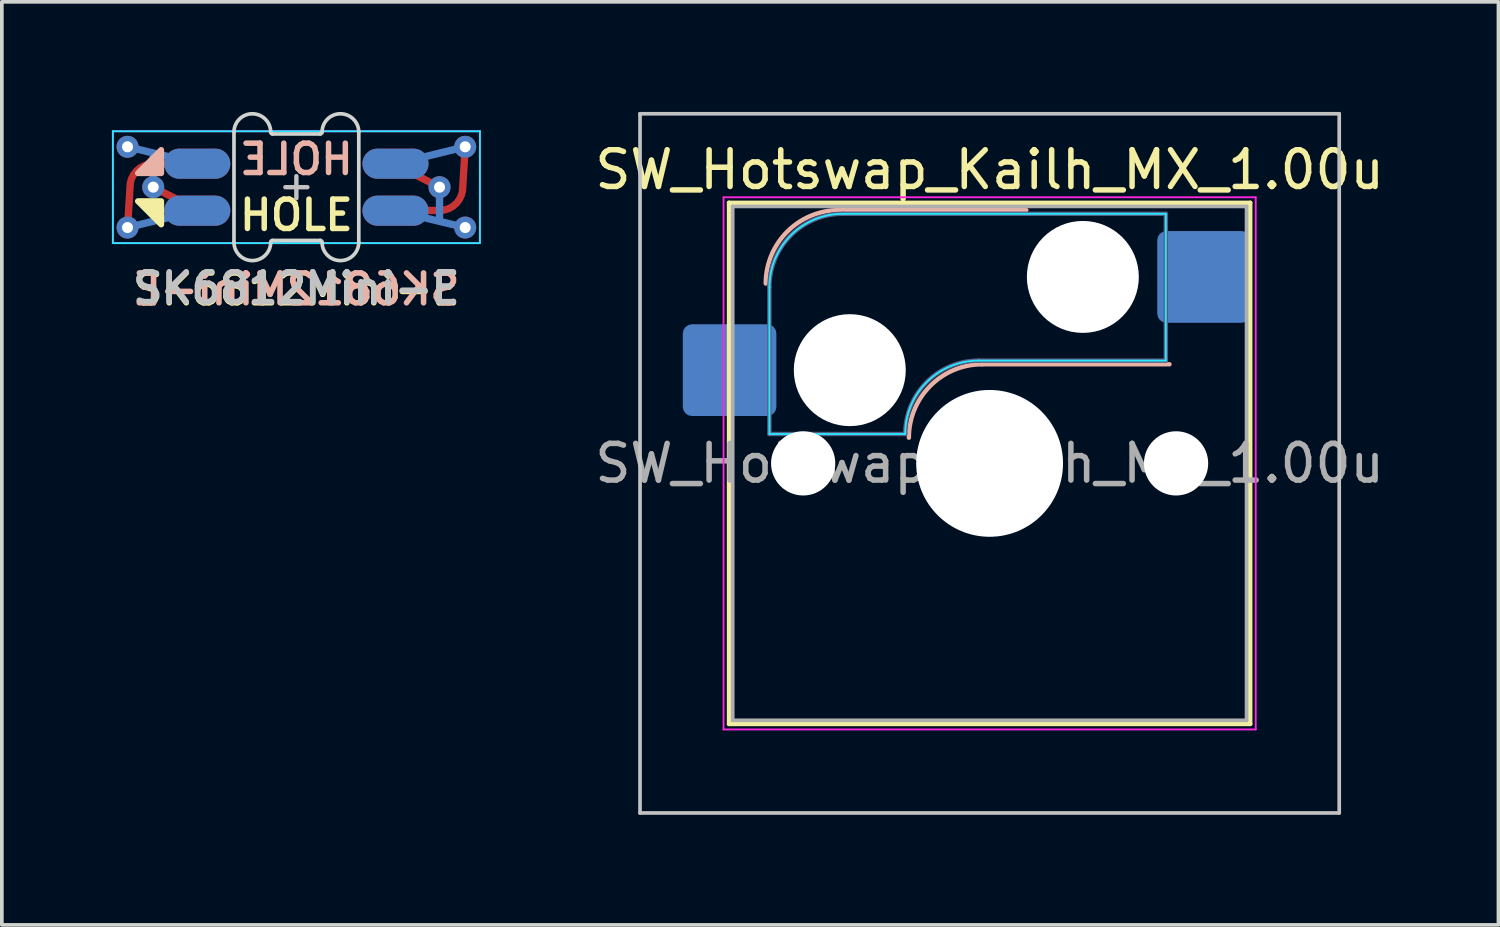
<source format=kicad_pcb>
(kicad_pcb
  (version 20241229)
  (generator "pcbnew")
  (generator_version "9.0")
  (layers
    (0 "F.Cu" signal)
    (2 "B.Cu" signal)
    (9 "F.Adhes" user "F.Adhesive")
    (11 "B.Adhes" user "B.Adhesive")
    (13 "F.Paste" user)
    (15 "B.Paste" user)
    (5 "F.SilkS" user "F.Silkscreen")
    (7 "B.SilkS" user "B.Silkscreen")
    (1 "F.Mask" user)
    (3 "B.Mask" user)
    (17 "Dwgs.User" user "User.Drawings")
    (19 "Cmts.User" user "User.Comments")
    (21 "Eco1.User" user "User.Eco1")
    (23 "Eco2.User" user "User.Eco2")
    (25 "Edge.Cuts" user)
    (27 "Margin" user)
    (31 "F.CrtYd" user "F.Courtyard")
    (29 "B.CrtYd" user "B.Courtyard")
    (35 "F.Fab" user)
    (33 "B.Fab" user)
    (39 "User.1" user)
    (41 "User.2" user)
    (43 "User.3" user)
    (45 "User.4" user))
  (footprint "SK6812Mini-E"
    (layer "F.Cu")
    (at 5.025 2.05)
    (property "Reference" "SK6812Mini-E" (at 0 2.75 0) (layer "Dwgs.User") (effects (font (size 0.813 0.813) (thickness 0.152))))
    (attr through_hole)
    (fp_poly (pts (xy -4.318 0.381) (xy -3.683 0.381) (xy -3.683 1.016)) (stroke (width 0.16) (type solid)) (fill yes) (layer "F.SilkS"))
    (fp_poly (pts (xy -3.683 -1.016) (xy -3.683 -0.381) (xy -4.318 -0.381)) (stroke (width 0.16) (type solid)) (fill yes) (layer "B.SilkS"))
    (fp_line (start -0.3 0) (end 0.3 0) (stroke (width 0.12) (type solid)) (layer "Dwgs.User"))
    (fp_line (start 0 0.3) (end 0 -0.3) (stroke (width 0.12) (type solid)) (layer "Dwgs.User"))
    (fp_line (start -1.7 -1.5) (end -1.7 1.5) (stroke (width 0.1) (type solid)) (layer "Edge.Cuts"))
    (fp_line (start -0.65 -1.45) (end 0.65 -1.45) (stroke (width 0.1) (type solid)) (layer "Edge.Cuts"))
    (fp_line (start -0.65 1.45) (end 0.65 1.45) (stroke (width 0.1) (type solid)) (layer "Edge.Cuts"))
    (fp_line (start 1.7 1.5) (end 1.7 -1.5) (stroke (width 0.1) (type solid)) (layer "Edge.Cuts"))
    (fp_arc (start -1.7 -1.5) (mid -1.2 -2) (end -0.7 -1.5) (stroke (width 0.1) (type solid)) (layer "Edge.Cuts"))
    (fp_arc (start -0.7 1.5) (mid -1.2 2) (end -1.7 1.5) (stroke (width 0.1) (type solid)) (layer "Edge.Cuts"))
    (fp_arc (start -0.7 1.5) (mid -0.685355 1.464645) (end -0.65 1.45) (stroke (width 0.1) (type solid)) (layer "Edge.Cuts"))
    (fp_arc (start -0.65 -1.45) (mid -0.685355 -1.464645) (end -0.7 -1.5) (stroke (width 0.1) (type solid)) (layer "Edge.Cuts"))
    (fp_arc (start 0.65 1.45) (mid 0.685355 1.464645) (end 0.7 1.5) (stroke (width 0.1) (type solid)) (layer "Edge.Cuts"))
    (fp_arc (start 0.7 -1.5) (mid 0.685355 -1.464645) (end 0.65 -1.45) (stroke (width 0.1) (type solid)) (layer "Edge.Cuts"))
    (fp_arc (start 0.7 -1.5) (mid 1.2 -2) (end 1.7 -1.5) (stroke (width 0.1) (type solid)) (layer "Edge.Cuts"))
    (fp_arc (start 1.7 1.5) (mid 1.2 2) (end 0.7 1.5) (stroke (width 0.1) (type solid)) (layer "Edge.Cuts"))
    (fp_line (start -5 -1.524) (end 5 -1.524) (stroke (width 0.05) (type solid)) (layer "B.CrtYd"))
    (fp_line (start -5 1.524) (end -5 -1.524) (stroke (width 0.05) (type solid)) (layer "B.CrtYd"))
    (fp_line (start 5 -1.524) (end 5 1.524) (stroke (width 0.05) (type solid)) (layer "B.CrtYd"))
    (fp_line (start 5 1.524) (end -5 1.524) (stroke (width 0.05) (type solid)) (layer "B.CrtYd"))
    (fp_line (start -5 -1.524) (end -5 1.524) (stroke (width 0.05) (type solid)) (layer "F.CrtYd"))
    (fp_line (start -5 -1.524) (end 5 -1.524) (stroke (width 0.05) (type solid)) (layer "F.CrtYd"))
    (fp_line (start 5 -1.524) (end 5 1.524) (stroke (width 0.05) (type solid)) (layer "F.CrtYd"))
    (fp_line (start 5 1.524) (end -5 1.524) (stroke (width 0.05) (type solid)) (layer "F.CrtYd"))
    (fp_text user "HOLE" (at 0 0.762 0) (layer "F.SilkS") (effects (font (size 0.8 0.8) (thickness 0.15))))
    (fp_text user "${REFERENCE}" (at 0 2.781 0) (layer "F.SilkS") (effects (font (size 0.813 0.813) (thickness 0.152))))
    (fp_text user "${REFERENCE}" (at 0 2.781 0) (layer "B.SilkS") (effects (font (size 0.813 0.813) (thickness 0.152)) (justify mirror)))
    (fp_text user "HOLE" (at 0 -0.762 0) (layer "B.SilkS") (effects (font (size 0.8 0.8) (thickness 0.15)) (justify mirror)))
    (pad "1" smd custom (at 2.7 -0.64 180) (size 0.01 0.01) (layers "F.Cu") (options (anchor circle)) (primitives (gr_line (start -1.2 -0.64) (end 0.033 -0.005) (width 0.2))))
    (pad "1" smd oval (at 2.7 -0.64) (size 1.8 0.82) (layers "F.Cu" "F.Mask" "F.Paste"))
    (pad "1" smd custom (at 2.7 0.64 180) (size 0.01 0.01) (layers "B.Cu") (options (anchor circle)) (primitives (gr_line (start 0.033 0.005) (end -1.9 -0.46) (width 0.2)) (gr_line (start -1.2 0.64) (end -1.2 -0.26) (width 0.2))))
    (pad "1" smd oval (at 2.7 0.64) (size 1.8 0.82) (layers "B.Cu" "B.Mask" "B.Paste"))
    (pad "1" thru_hole circle (at 3.9 0 180) (size 0.6 0.6) (drill 0.3) (layers "*.Cu"))
    (pad "1" thru_hole circle (at 4.6 1.1 180) (size 0.6 0.6) (drill 0.3) (layers "*.Cu"))
    (pad "2" smd custom (at 2.7 -0.64 180) (size 0.01 0.01) (layers "B.Cu") (options (anchor circle)) (primitives (gr_line (start -1.9 0.46) (end 0 -0.005) (width 0.2))))
    (pad "2" smd oval (at 2.7 -0.64) (size 1.8 0.82) (layers "B.Cu" "B.Mask" "B.Paste"))
    (pad "2" smd custom (at 2.7 0.64 180) (size 0.01 0.01) (layers "F.Cu") (options (anchor circle)) (primitives (gr_arc (start -1.826182 0.540664) (mid -1.611399 0.157142) (end -1.199 0.005) (width 0.2)) (gr_line (start -1.826 0.541) (end -1.9 1.74) (width 0.2)) (gr_line (start -1.199 0.005) (end 0 0.005) (width 0.2))))
    (pad "2" smd oval (at 2.7 0.64) (size 1.8 0.82) (layers "F.Cu" "F.Mask" "F.Paste"))
    (pad "2" thru_hole circle (at 4.6 -1.1 180) (size 0.6 0.6) (drill 0.3) (layers "*.Cu"))
    (pad "3" thru_hole circle (at -4.6 -1.1) (size 0.6 0.6) (drill 0.3) (layers "*.Cu"))
    (pad "3" thru_hole circle (at -3.9 0) (size 0.6 0.6) (drill 0.3) (layers "*.Cu"))
    (pad "3" smd custom (at -2.7 -0.64) (size 0.01 0.01) (layers "B.Cu") (options (anchor circle)) (primitives (gr_line (start 0.033 0.005) (end -1.9 -0.46) (width 0.2)) (gr_line (start -1.2 0.64) (end -1.2 -0.26) (width 0.2))))
    (pad "3" smd oval (at -2.7 -0.64) (size 1.8 0.82) (layers "B.Cu" "B.Mask" "B.Paste"))
    (pad "3" smd custom (at -2.7 0.64) (size 0.01 0.01) (layers "F.Cu") (options (anchor circle)) (primitives (gr_line (start -1.2 -0.64) (end 0.033 -0.005) (width 0.2))))
    (pad "3" smd oval (at -2.7 0.64) (size 1.8 0.82) (layers "F.Cu" "F.Mask" "F.Paste"))
    (pad "4" thru_hole circle (at -4.6 1.1) (size 0.6 0.6) (drill 0.3) (layers "*.Cu"))
    (pad "4" smd custom (at -2.7 -0.64) (size 0.01 0.01) (layers "F.Cu") (options (anchor circle)) (primitives (gr_arc (start -1.826182 0.540664) (mid -1.611399 0.157142) (end -1.199 0.005) (width 0.2)) (gr_line (start -1.826 0.541) (end -1.9 1.74) (width 0.2)) (gr_line (start -1.199 0.005) (end 0 0.005) (width 0.2))))
    (pad "4" smd oval (at -2.7 -0.64) (size 1.8 0.82) (layers "F.Cu" "F.Mask" "F.Paste"))
    (pad "4" smd custom (at -2.7 0.64) (size 0.01 0.01) (layers "B.Cu") (options (anchor circle)) (primitives (gr_line (start -1.9 0.46) (end 0 -0.005) (width 0.2))))
    (pad "4" smd oval (at -2.7 0.64) (size 1.8 0.82) (layers "B.Cu" "B.Mask" "B.Paste")))
  (footprint "SW_Hotswap_Kailh_MX_1.00u"
    (layer "F.Cu")
    (at 23.913 9.575)
    (property "Reference" "SW_Hotswap_Kailh_MX_1.00u" (at 0 -8 0) (layer "F.SilkS") (effects (font (size 1 1) (thickness 0.15))))
    (attr smd)
    (fp_line (start -7.1 -7.1) (end -7.1 7.1) (stroke (width 0.12) (type solid)) (layer "F.SilkS"))
    (fp_line (start -7.1 7.1) (end 7.1 7.1) (stroke (width 0.12) (type solid)) (layer "F.SilkS"))
    (fp_line (start 7.1 -7.1) (end -7.1 -7.1) (stroke (width 0.12) (type solid)) (layer "F.SilkS"))
    (fp_line (start 7.1 7.1) (end 7.1 -7.1) (stroke (width 0.12) (type solid)) (layer "F.SilkS"))
    (fp_line (start -4.1 -6.9) (end 1 -6.9) (stroke (width 0.12) (type solid)) (layer "B.SilkS"))
    (fp_line (start -0.2 -2.7) (end 4.9 -2.7) (stroke (width 0.12) (type solid)) (layer "B.SilkS"))
    (fp_arc (start -6.1 -4.9) (mid -5.514214 -6.314214) (end -4.1 -6.9) (stroke (width 0.12) (type solid)) (layer "B.SilkS"))
    (fp_arc (start -2.2 -0.7) (mid -1.614214 -2.114214) (end -0.2 -2.7) (stroke (width 0.12) (type solid)) (layer "B.SilkS"))
    (fp_line (start -9.525 -9.525) (end -9.525 9.525) (stroke (width 0.1) (type solid)) (layer "Dwgs.User"))
    (fp_line (start -9.525 9.525) (end 9.525 9.525) (stroke (width 0.1) (type solid)) (layer "Dwgs.User"))
    (fp_line (start 9.525 -9.525) (end -9.525 -9.525) (stroke (width 0.1) (type solid)) (layer "Dwgs.User"))
    (fp_line (start 9.525 9.525) (end 9.525 -9.525) (stroke (width 0.1) (type solid)) (layer "Dwgs.User"))
    (fp_line (start -7.8 -6) (end -7 -6) (stroke (width 0.1) (type solid)) (layer "Eco1.User"))
    (fp_line (start -7.8 -2.9) (end -7.8 -6) (stroke (width 0.1) (type solid)) (layer "Eco1.User"))
    (fp_line (start -7.8 2.9) (end -7 2.9) (stroke (width 0.1) (type solid)) (layer "Eco1.User"))
    (fp_line (start -7.8 6) (end -7.8 2.9) (stroke (width 0.1) (type solid)) (layer "Eco1.User"))
    (fp_line (start -7 -7) (end 7 -7) (stroke (width 0.1) (type solid)) (layer "Eco1.User"))
    (fp_line (start -7 -6) (end -7 -7) (stroke (width 0.1) (type solid)) (layer "Eco1.User"))
    (fp_line (start -7 -2.9) (end -7.8 -2.9) (stroke (width 0.1) (type solid)) (layer "Eco1.User"))
    (fp_line (start -7 2.9) (end -7 -2.9) (stroke (width 0.1) (type solid)) (layer "Eco1.User"))
    (fp_line (start -7 6) (end -7.8 6) (stroke (width 0.1) (type solid)) (layer "Eco1.User"))
    (fp_line (start -7 7) (end -7 6) (stroke (width 0.1) (type solid)) (layer "Eco1.User"))
    (fp_line (start 7 -7) (end 7 -6) (stroke (width 0.1) (type solid)) (layer "Eco1.User"))
    (fp_line (start 7 -6) (end 7.8 -6) (stroke (width 0.1) (type solid)) (layer "Eco1.User"))
    (fp_line (start 7 -2.9) (end 7 2.9) (stroke (width 0.1) (type solid)) (layer "Eco1.User"))
    (fp_line (start 7 2.9) (end 7.8 2.9) (stroke (width 0.1) (type solid)) (layer "Eco1.User"))
    (fp_line (start 7 6) (end 7 7) (stroke (width 0.1) (type solid)) (layer "Eco1.User"))
    (fp_line (start 7 7) (end -7 7) (stroke (width 0.1) (type solid)) (layer "Eco1.User"))
    (fp_line (start 7.8 -6) (end 7.8 -2.9) (stroke (width 0.1) (type solid)) (layer "Eco1.User"))
    (fp_line (start 7.8 -2.9) (end 7 -2.9) (stroke (width 0.1) (type solid)) (layer "Eco1.User"))
    (fp_line (start 7.8 2.9) (end 7.8 6) (stroke (width 0.1) (type solid)) (layer "Eco1.User"))
    (fp_line (start 7.8 6) (end 7 6) (stroke (width 0.1) (type solid)) (layer "Eco1.User"))
    (fp_line (start -6 -0.8) (end -6 -4.8) (stroke (width 0.05) (type solid)) (layer "B.CrtYd"))
    (fp_line (start -6 -0.8) (end -2.3 -0.8) (stroke (width 0.05) (type solid)) (layer "B.CrtYd"))
    (fp_line (start -4 -6.8) (end 4.8 -6.8) (stroke (width 0.05) (type solid)) (layer "B.CrtYd"))
    (fp_line (start -0.3 -2.8) (end 4.8 -2.8) (stroke (width 0.05) (type solid)) (layer "B.CrtYd"))
    (fp_line (start 4.8 -6.8) (end 4.8 -2.8) (stroke (width 0.05) (type solid)) (layer "B.CrtYd"))
    (fp_arc (start -6 -4.8) (mid -5.414214 -6.214214) (end -4 -6.8) (stroke (width 0.05) (type solid)) (layer "B.CrtYd"))
    (fp_arc (start -2.3 -0.8) (mid -1.714214 -2.214214) (end -0.3 -2.8) (stroke (width 0.05) (type solid)) (layer "B.CrtYd"))
    (fp_line (start -7.25 -7.25) (end -7.25 7.25) (stroke (width 0.05) (type solid)) (layer "F.CrtYd"))
    (fp_line (start -7.25 7.25) (end 7.25 7.25) (stroke (width 0.05) (type solid)) (layer "F.CrtYd"))
    (fp_line (start 7.25 -7.25) (end -7.25 -7.25) (stroke (width 0.05) (type solid)) (layer "F.CrtYd"))
    (fp_line (start 7.25 7.25) (end 7.25 -7.25) (stroke (width 0.05) (type solid)) (layer "F.CrtYd"))
    (fp_line (start -6 -0.8) (end -6 -4.8) (stroke (width 0.12) (type solid)) (layer "B.Fab"))
    (fp_line (start -6 -0.8) (end -2.3 -0.8) (stroke (width 0.12) (type solid)) (layer "B.Fab"))
    (fp_line (start -4 -6.8) (end 4.8 -6.8) (stroke (width 0.12) (type solid)) (layer "B.Fab"))
    (fp_line (start -0.3 -2.8) (end 4.8 -2.8) (stroke (width 0.12) (type solid)) (layer "B.Fab"))
    (fp_line (start 4.8 -6.8) (end 4.8 -2.8) (stroke (width 0.12) (type solid)) (layer "B.Fab"))
    (fp_arc (start -6 -4.8) (mid -5.414214 -6.214214) (end -4 -6.8) (stroke (width 0.12) (type solid)) (layer "B.Fab"))
    (fp_arc (start -2.3 -0.8) (mid -1.714214 -2.214214) (end -0.3 -2.8) (stroke (width 0.12) (type solid)) (layer "B.Fab"))
    (fp_line (start -7 -7) (end -7 7) (stroke (width 0.1) (type solid)) (layer "F.Fab"))
    (fp_line (start -7 7) (end 7 7) (stroke (width 0.1) (type solid)) (layer "F.Fab"))
    (fp_line (start 7 -7) (end -7 -7) (stroke (width 0.1) (type solid)) (layer "F.Fab"))
    (fp_line (start 7 7) (end 7 -7) (stroke (width 0.1) (type solid)) (layer "F.Fab"))
    (fp_text user "${REFERENCE}" (at 0 0 0) (layer "F.Fab") (effects (font (size 1 1) (thickness 0.15))))
    (pad "" np_thru_hole circle (at -5.08 0) (size 1.75 1.75) (drill 1.75) (layers "*.Cu" "*.Mask"))
    (pad "" np_thru_hole circle (at -3.81 -2.54) (size 3.05 3.05) (drill 3.05) (layers "*.Cu" "*.Mask"))
    (pad "" np_thru_hole circle (at 0 0) (size 4 4) (drill 4) (layers "*.Cu" "*.Mask"))
    (pad "" np_thru_hole circle (at 2.54 -5.08) (size 3.05 3.05) (drill 3.05) (layers "*.Cu" "*.Mask"))
    (pad "" np_thru_hole circle (at 5.08 0) (size 1.75 1.75) (drill 1.75) (layers "*.Cu" "*.Mask"))
    (pad "1" smd roundrect (at -7.085 -2.54) (size 2.55 2.5) (layers "B.Cu" "B.Mask" "B.Paste") (roundrect_rratio 0.1))
    (pad "2" smd roundrect (at 5.842 -5.08) (size 2.55 2.5) (layers "B.Cu" "B.Mask" "B.Paste") (roundrect_rratio 0.1)))
  (gr_rect
    (start -3 -3)
    (end 37.776 22.15)
    (stroke (width 0.1) (type default))
    (fill no)
    (layer "Edge.Cuts")))
</source>
